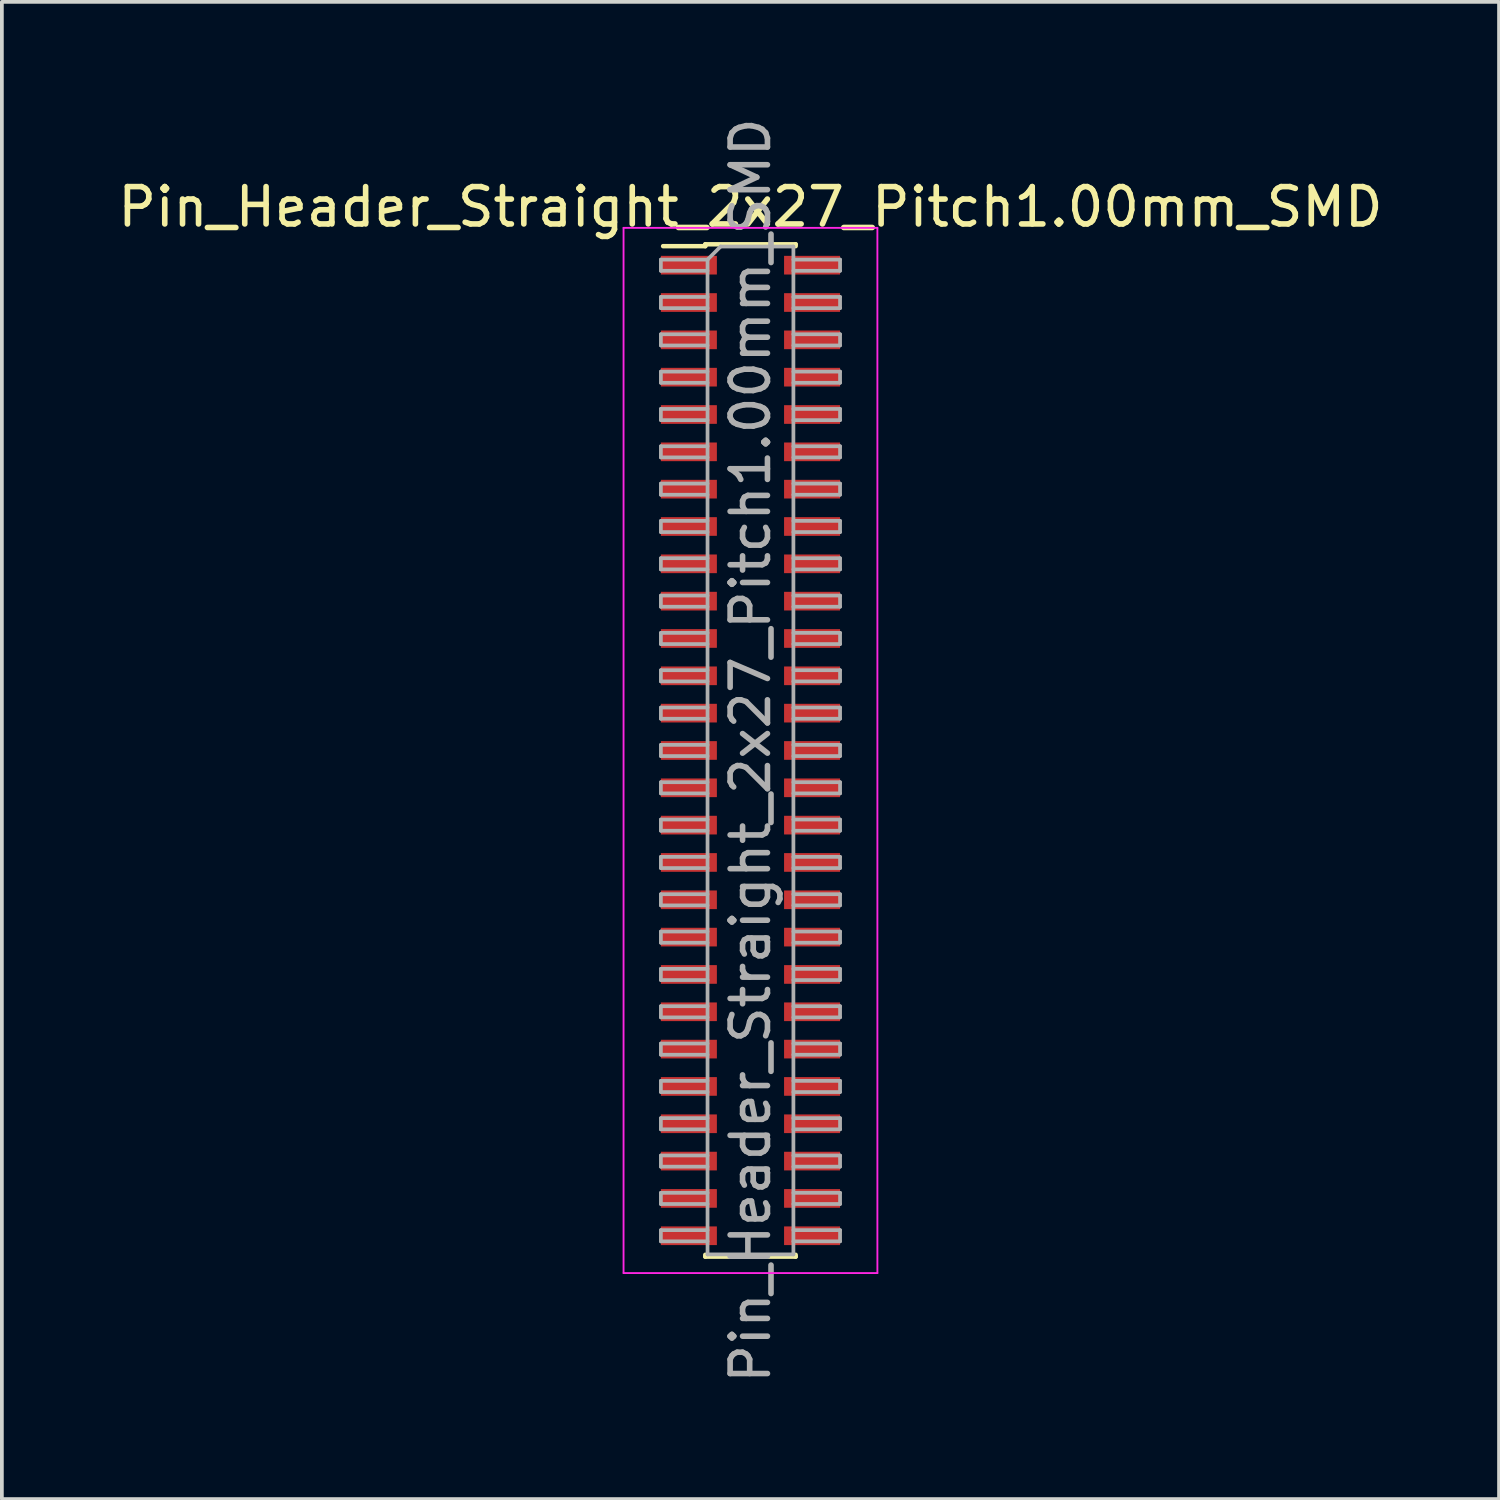
<source format=kicad_pcb>
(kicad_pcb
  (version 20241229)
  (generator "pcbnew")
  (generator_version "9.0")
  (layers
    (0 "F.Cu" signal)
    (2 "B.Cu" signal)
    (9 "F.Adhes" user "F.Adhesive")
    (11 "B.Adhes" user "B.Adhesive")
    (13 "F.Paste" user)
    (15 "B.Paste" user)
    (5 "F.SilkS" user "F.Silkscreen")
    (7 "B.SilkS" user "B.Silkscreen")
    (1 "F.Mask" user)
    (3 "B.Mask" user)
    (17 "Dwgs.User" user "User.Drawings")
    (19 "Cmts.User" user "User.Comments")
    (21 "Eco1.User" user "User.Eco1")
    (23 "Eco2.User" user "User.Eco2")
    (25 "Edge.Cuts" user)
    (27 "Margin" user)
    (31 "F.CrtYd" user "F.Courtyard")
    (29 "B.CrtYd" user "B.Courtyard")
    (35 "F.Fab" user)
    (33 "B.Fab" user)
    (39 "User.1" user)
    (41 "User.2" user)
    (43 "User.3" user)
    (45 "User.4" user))
  (footprint "Pin_Header_Straight_2x27_Pitch1.00mm_SMD"
    (layer "F.Cu")
    (at 17.054 17.054)
    (property "Reference" "Pin_Header_Straight_2x27_Pitch1.00mm_SMD" (at 0 -14.56 0) (layer "F.SilkS") (effects (font (size 1 1) (thickness 0.15))))
    (attr smd)
    (fp_line (start -2.34 -13.51) (end -1.21 -13.51) (stroke (width 0.12) (type solid)) (layer "F.SilkS"))
    (fp_line (start -1.21 -13.56) (end -1.21 -13.51) (stroke (width 0.12) (type solid)) (layer "F.SilkS"))
    (fp_line (start -1.21 -13.56) (end 1.21 -13.56) (stroke (width 0.12) (type solid)) (layer "F.SilkS"))
    (fp_line (start -1.21 13.51) (end -1.21 13.56) (stroke (width 0.12) (type solid)) (layer "F.SilkS"))
    (fp_line (start -1.21 13.56) (end 1.21 13.56) (stroke (width 0.12) (type solid)) (layer "F.SilkS"))
    (fp_line (start 1.21 -13.56) (end 1.21 -13.51) (stroke (width 0.12) (type solid)) (layer "F.SilkS"))
    (fp_line (start 1.21 13.51) (end 1.21 13.56) (stroke (width 0.12) (type solid)) (layer "F.SilkS"))
    (fp_line (start -3.4 -14) (end -3.4 14) (stroke (width 0.05) (type solid)) (layer "F.CrtYd"))
    (fp_line (start -3.4 14) (end 3.4 14) (stroke (width 0.05) (type solid)) (layer "F.CrtYd"))
    (fp_line (start 3.4 -14) (end -3.4 -14) (stroke (width 0.05) (type solid)) (layer "F.CrtYd"))
    (fp_line (start 3.4 14) (end 3.4 -14) (stroke (width 0.05) (type solid)) (layer "F.CrtYd"))
    (fp_line (start -2.4 -13.15) (end -2.4 -12.85) (stroke (width 0.1) (type solid)) (layer "F.Fab"))
    (fp_line (start -2.4 -12.85) (end -1.15 -12.85) (stroke (width 0.1) (type solid)) (layer "F.Fab"))
    (fp_line (start -2.4 -12.15) (end -2.4 -11.85) (stroke (width 0.1) (type solid)) (layer "F.Fab"))
    (fp_line (start -2.4 -11.85) (end -1.15 -11.85) (stroke (width 0.1) (type solid)) (layer "F.Fab"))
    (fp_line (start -2.4 -11.15) (end -2.4 -10.85) (stroke (width 0.1) (type solid)) (layer "F.Fab"))
    (fp_line (start -2.4 -10.85) (end -1.15 -10.85) (stroke (width 0.1) (type solid)) (layer "F.Fab"))
    (fp_line (start -2.4 -10.15) (end -2.4 -9.85) (stroke (width 0.1) (type solid)) (layer "F.Fab"))
    (fp_line (start -2.4 -9.85) (end -1.15 -9.85) (stroke (width 0.1) (type solid)) (layer "F.Fab"))
    (fp_line (start -2.4 -9.15) (end -2.4 -8.85) (stroke (width 0.1) (type solid)) (layer "F.Fab"))
    (fp_line (start -2.4 -8.85) (end -1.15 -8.85) (stroke (width 0.1) (type solid)) (layer "F.Fab"))
    (fp_line (start -2.4 -8.15) (end -2.4 -7.85) (stroke (width 0.1) (type solid)) (layer "F.Fab"))
    (fp_line (start -2.4 -7.85) (end -1.15 -7.85) (stroke (width 0.1) (type solid)) (layer "F.Fab"))
    (fp_line (start -2.4 -7.15) (end -2.4 -6.85) (stroke (width 0.1) (type solid)) (layer "F.Fab"))
    (fp_line (start -2.4 -6.85) (end -1.15 -6.85) (stroke (width 0.1) (type solid)) (layer "F.Fab"))
    (fp_line (start -2.4 -6.15) (end -2.4 -5.85) (stroke (width 0.1) (type solid)) (layer "F.Fab"))
    (fp_line (start -2.4 -5.85) (end -1.15 -5.85) (stroke (width 0.1) (type solid)) (layer "F.Fab"))
    (fp_line (start -2.4 -5.15) (end -2.4 -4.85) (stroke (width 0.1) (type solid)) (layer "F.Fab"))
    (fp_line (start -2.4 -4.85) (end -1.15 -4.85) (stroke (width 0.1) (type solid)) (layer "F.Fab"))
    (fp_line (start -2.4 -4.15) (end -2.4 -3.85) (stroke (width 0.1) (type solid)) (layer "F.Fab"))
    (fp_line (start -2.4 -3.85) (end -1.15 -3.85) (stroke (width 0.1) (type solid)) (layer "F.Fab"))
    (fp_line (start -2.4 -3.15) (end -2.4 -2.85) (stroke (width 0.1) (type solid)) (layer "F.Fab"))
    (fp_line (start -2.4 -2.85) (end -1.15 -2.85) (stroke (width 0.1) (type solid)) (layer "F.Fab"))
    (fp_line (start -2.4 -2.15) (end -2.4 -1.85) (stroke (width 0.1) (type solid)) (layer "F.Fab"))
    (fp_line (start -2.4 -1.85) (end -1.15 -1.85) (stroke (width 0.1) (type solid)) (layer "F.Fab"))
    (fp_line (start -2.4 -1.15) (end -2.4 -0.85) (stroke (width 0.1) (type solid)) (layer "F.Fab"))
    (fp_line (start -2.4 -0.85) (end -1.15 -0.85) (stroke (width 0.1) (type solid)) (layer "F.Fab"))
    (fp_line (start -2.4 -0.15) (end -2.4 0.15) (stroke (width 0.1) (type solid)) (layer "F.Fab"))
    (fp_line (start -2.4 0.15) (end -1.15 0.15) (stroke (width 0.1) (type solid)) (layer "F.Fab"))
    (fp_line (start -2.4 0.85) (end -2.4 1.15) (stroke (width 0.1) (type solid)) (layer "F.Fab"))
    (fp_line (start -2.4 1.15) (end -1.15 1.15) (stroke (width 0.1) (type solid)) (layer "F.Fab"))
    (fp_line (start -2.4 1.85) (end -2.4 2.15) (stroke (width 0.1) (type solid)) (layer "F.Fab"))
    (fp_line (start -2.4 2.15) (end -1.15 2.15) (stroke (width 0.1) (type solid)) (layer "F.Fab"))
    (fp_line (start -2.4 2.85) (end -2.4 3.15) (stroke (width 0.1) (type solid)) (layer "F.Fab"))
    (fp_line (start -2.4 3.15) (end -1.15 3.15) (stroke (width 0.1) (type solid)) (layer "F.Fab"))
    (fp_line (start -2.4 3.85) (end -2.4 4.15) (stroke (width 0.1) (type solid)) (layer "F.Fab"))
    (fp_line (start -2.4 4.15) (end -1.15 4.15) (stroke (width 0.1) (type solid)) (layer "F.Fab"))
    (fp_line (start -2.4 4.85) (end -2.4 5.15) (stroke (width 0.1) (type solid)) (layer "F.Fab"))
    (fp_line (start -2.4 5.15) (end -1.15 5.15) (stroke (width 0.1) (type solid)) (layer "F.Fab"))
    (fp_line (start -2.4 5.85) (end -2.4 6.15) (stroke (width 0.1) (type solid)) (layer "F.Fab"))
    (fp_line (start -2.4 6.15) (end -1.15 6.15) (stroke (width 0.1) (type solid)) (layer "F.Fab"))
    (fp_line (start -2.4 6.85) (end -2.4 7.15) (stroke (width 0.1) (type solid)) (layer "F.Fab"))
    (fp_line (start -2.4 7.15) (end -1.15 7.15) (stroke (width 0.1) (type solid)) (layer "F.Fab"))
    (fp_line (start -2.4 7.85) (end -2.4 8.15) (stroke (width 0.1) (type solid)) (layer "F.Fab"))
    (fp_line (start -2.4 8.15) (end -1.15 8.15) (stroke (width 0.1) (type solid)) (layer "F.Fab"))
    (fp_line (start -2.4 8.85) (end -2.4 9.15) (stroke (width 0.1) (type solid)) (layer "F.Fab"))
    (fp_line (start -2.4 9.15) (end -1.15 9.15) (stroke (width 0.1) (type solid)) (layer "F.Fab"))
    (fp_line (start -2.4 9.85) (end -2.4 10.15) (stroke (width 0.1) (type solid)) (layer "F.Fab"))
    (fp_line (start -2.4 10.15) (end -1.15 10.15) (stroke (width 0.1) (type solid)) (layer "F.Fab"))
    (fp_line (start -2.4 10.85) (end -2.4 11.15) (stroke (width 0.1) (type solid)) (layer "F.Fab"))
    (fp_line (start -2.4 11.15) (end -1.15 11.15) (stroke (width 0.1) (type solid)) (layer "F.Fab"))
    (fp_line (start -2.4 11.85) (end -2.4 12.15) (stroke (width 0.1) (type solid)) (layer "F.Fab"))
    (fp_line (start -2.4 12.15) (end -1.15 12.15) (stroke (width 0.1) (type solid)) (layer "F.Fab"))
    (fp_line (start -2.4 12.85) (end -2.4 13.15) (stroke (width 0.1) (type solid)) (layer "F.Fab"))
    (fp_line (start -2.4 13.15) (end -1.15 13.15) (stroke (width 0.1) (type solid)) (layer "F.Fab"))
    (fp_line (start -1.15 -13.15) (end -2.4 -13.15) (stroke (width 0.1) (type solid)) (layer "F.Fab"))
    (fp_line (start -1.15 -13.15) (end -0.8 -13.5) (stroke (width 0.1) (type solid)) (layer "F.Fab"))
    (fp_line (start -1.15 -12.15) (end -2.4 -12.15) (stroke (width 0.1) (type solid)) (layer "F.Fab"))
    (fp_line (start -1.15 -11.15) (end -2.4 -11.15) (stroke (width 0.1) (type solid)) (layer "F.Fab"))
    (fp_line (start -1.15 -10.15) (end -2.4 -10.15) (stroke (width 0.1) (type solid)) (layer "F.Fab"))
    (fp_line (start -1.15 -9.15) (end -2.4 -9.15) (stroke (width 0.1) (type solid)) (layer "F.Fab"))
    (fp_line (start -1.15 -8.15) (end -2.4 -8.15) (stroke (width 0.1) (type solid)) (layer "F.Fab"))
    (fp_line (start -1.15 -7.15) (end -2.4 -7.15) (stroke (width 0.1) (type solid)) (layer "F.Fab"))
    (fp_line (start -1.15 -6.15) (end -2.4 -6.15) (stroke (width 0.1) (type solid)) (layer "F.Fab"))
    (fp_line (start -1.15 -5.15) (end -2.4 -5.15) (stroke (width 0.1) (type solid)) (layer "F.Fab"))
    (fp_line (start -1.15 -4.15) (end -2.4 -4.15) (stroke (width 0.1) (type solid)) (layer "F.Fab"))
    (fp_line (start -1.15 -3.15) (end -2.4 -3.15) (stroke (width 0.1) (type solid)) (layer "F.Fab"))
    (fp_line (start -1.15 -2.15) (end -2.4 -2.15) (stroke (width 0.1) (type solid)) (layer "F.Fab"))
    (fp_line (start -1.15 -1.15) (end -2.4 -1.15) (stroke (width 0.1) (type solid)) (layer "F.Fab"))
    (fp_line (start -1.15 -0.15) (end -2.4 -0.15) (stroke (width 0.1) (type solid)) (layer "F.Fab"))
    (fp_line (start -1.15 0.85) (end -2.4 0.85) (stroke (width 0.1) (type solid)) (layer "F.Fab"))
    (fp_line (start -1.15 1.85) (end -2.4 1.85) (stroke (width 0.1) (type solid)) (layer "F.Fab"))
    (fp_line (start -1.15 2.85) (end -2.4 2.85) (stroke (width 0.1) (type solid)) (layer "F.Fab"))
    (fp_line (start -1.15 3.85) (end -2.4 3.85) (stroke (width 0.1) (type solid)) (layer "F.Fab"))
    (fp_line (start -1.15 4.85) (end -2.4 4.85) (stroke (width 0.1) (type solid)) (layer "F.Fab"))
    (fp_line (start -1.15 5.85) (end -2.4 5.85) (stroke (width 0.1) (type solid)) (layer "F.Fab"))
    (fp_line (start -1.15 6.85) (end -2.4 6.85) (stroke (width 0.1) (type solid)) (layer "F.Fab"))
    (fp_line (start -1.15 7.85) (end -2.4 7.85) (stroke (width 0.1) (type solid)) (layer "F.Fab"))
    (fp_line (start -1.15 8.85) (end -2.4 8.85) (stroke (width 0.1) (type solid)) (layer "F.Fab"))
    (fp_line (start -1.15 9.85) (end -2.4 9.85) (stroke (width 0.1) (type solid)) (layer "F.Fab"))
    (fp_line (start -1.15 10.85) (end -2.4 10.85) (stroke (width 0.1) (type solid)) (layer "F.Fab"))
    (fp_line (start -1.15 11.85) (end -2.4 11.85) (stroke (width 0.1) (type solid)) (layer "F.Fab"))
    (fp_line (start -1.15 12.85) (end -2.4 12.85) (stroke (width 0.1) (type solid)) (layer "F.Fab"))
    (fp_line (start -1.15 13.5) (end -1.15 -13.15) (stroke (width 0.1) (type solid)) (layer "F.Fab"))
    (fp_line (start -0.8 -13.5) (end 1.15 -13.5) (stroke (width 0.1) (type solid)) (layer "F.Fab"))
    (fp_line (start 1.15 -13.5) (end 1.15 13.5) (stroke (width 0.1) (type solid)) (layer "F.Fab"))
    (fp_line (start 1.15 -13.15) (end 2.4 -13.15) (stroke (width 0.1) (type solid)) (layer "F.Fab"))
    (fp_line (start 1.15 -12.15) (end 2.4 -12.15) (stroke (width 0.1) (type solid)) (layer "F.Fab"))
    (fp_line (start 1.15 -11.15) (end 2.4 -11.15) (stroke (width 0.1) (type solid)) (layer "F.Fab"))
    (fp_line (start 1.15 -10.15) (end 2.4 -10.15) (stroke (width 0.1) (type solid)) (layer "F.Fab"))
    (fp_line (start 1.15 -9.15) (end 2.4 -9.15) (stroke (width 0.1) (type solid)) (layer "F.Fab"))
    (fp_line (start 1.15 -8.15) (end 2.4 -8.15) (stroke (width 0.1) (type solid)) (layer "F.Fab"))
    (fp_line (start 1.15 -7.15) (end 2.4 -7.15) (stroke (width 0.1) (type solid)) (layer "F.Fab"))
    (fp_line (start 1.15 -6.15) (end 2.4 -6.15) (stroke (width 0.1) (type solid)) (layer "F.Fab"))
    (fp_line (start 1.15 -5.15) (end 2.4 -5.15) (stroke (width 0.1) (type solid)) (layer "F.Fab"))
    (fp_line (start 1.15 -4.15) (end 2.4 -4.15) (stroke (width 0.1) (type solid)) (layer "F.Fab"))
    (fp_line (start 1.15 -3.15) (end 2.4 -3.15) (stroke (width 0.1) (type solid)) (layer "F.Fab"))
    (fp_line (start 1.15 -2.15) (end 2.4 -2.15) (stroke (width 0.1) (type solid)) (layer "F.Fab"))
    (fp_line (start 1.15 -1.15) (end 2.4 -1.15) (stroke (width 0.1) (type solid)) (layer "F.Fab"))
    (fp_line (start 1.15 -0.15) (end 2.4 -0.15) (stroke (width 0.1) (type solid)) (layer "F.Fab"))
    (fp_line (start 1.15 0.85) (end 2.4 0.85) (stroke (width 0.1) (type solid)) (layer "F.Fab"))
    (fp_line (start 1.15 1.85) (end 2.4 1.85) (stroke (width 0.1) (type solid)) (layer "F.Fab"))
    (fp_line (start 1.15 2.85) (end 2.4 2.85) (stroke (width 0.1) (type solid)) (layer "F.Fab"))
    (fp_line (start 1.15 3.85) (end 2.4 3.85) (stroke (width 0.1) (type solid)) (layer "F.Fab"))
    (fp_line (start 1.15 4.85) (end 2.4 4.85) (stroke (width 0.1) (type solid)) (layer "F.Fab"))
    (fp_line (start 1.15 5.85) (end 2.4 5.85) (stroke (width 0.1) (type solid)) (layer "F.Fab"))
    (fp_line (start 1.15 6.85) (end 2.4 6.85) (stroke (width 0.1) (type solid)) (layer "F.Fab"))
    (fp_line (start 1.15 7.85) (end 2.4 7.85) (stroke (width 0.1) (type solid)) (layer "F.Fab"))
    (fp_line (start 1.15 8.85) (end 2.4 8.85) (stroke (width 0.1) (type solid)) (layer "F.Fab"))
    (fp_line (start 1.15 9.85) (end 2.4 9.85) (stroke (width 0.1) (type solid)) (layer "F.Fab"))
    (fp_line (start 1.15 10.85) (end 2.4 10.85) (stroke (width 0.1) (type solid)) (layer "F.Fab"))
    (fp_line (start 1.15 11.85) (end 2.4 11.85) (stroke (width 0.1) (type solid)) (layer "F.Fab"))
    (fp_line (start 1.15 12.85) (end 2.4 12.85) (stroke (width 0.1) (type solid)) (layer "F.Fab"))
    (fp_line (start 1.15 13.5) (end -1.15 13.5) (stroke (width 0.1) (type solid)) (layer "F.Fab"))
    (fp_line (start 2.4 -13.15) (end 2.4 -12.85) (stroke (width 0.1) (type solid)) (layer "F.Fab"))
    (fp_line (start 2.4 -12.85) (end 1.15 -12.85) (stroke (width 0.1) (type solid)) (layer "F.Fab"))
    (fp_line (start 2.4 -12.15) (end 2.4 -11.85) (stroke (width 0.1) (type solid)) (layer "F.Fab"))
    (fp_line (start 2.4 -11.85) (end 1.15 -11.85) (stroke (width 0.1) (type solid)) (layer "F.Fab"))
    (fp_line (start 2.4 -11.15) (end 2.4 -10.85) (stroke (width 0.1) (type solid)) (layer "F.Fab"))
    (fp_line (start 2.4 -10.85) (end 1.15 -10.85) (stroke (width 0.1) (type solid)) (layer "F.Fab"))
    (fp_line (start 2.4 -10.15) (end 2.4 -9.85) (stroke (width 0.1) (type solid)) (layer "F.Fab"))
    (fp_line (start 2.4 -9.85) (end 1.15 -9.85) (stroke (width 0.1) (type solid)) (layer "F.Fab"))
    (fp_line (start 2.4 -9.15) (end 2.4 -8.85) (stroke (width 0.1) (type solid)) (layer "F.Fab"))
    (fp_line (start 2.4 -8.85) (end 1.15 -8.85) (stroke (width 0.1) (type solid)) (layer "F.Fab"))
    (fp_line (start 2.4 -8.15) (end 2.4 -7.85) (stroke (width 0.1) (type solid)) (layer "F.Fab"))
    (fp_line (start 2.4 -7.85) (end 1.15 -7.85) (stroke (width 0.1) (type solid)) (layer "F.Fab"))
    (fp_line (start 2.4 -7.15) (end 2.4 -6.85) (stroke (width 0.1) (type solid)) (layer "F.Fab"))
    (fp_line (start 2.4 -6.85) (end 1.15 -6.85) (stroke (width 0.1) (type solid)) (layer "F.Fab"))
    (fp_line (start 2.4 -6.15) (end 2.4 -5.85) (stroke (width 0.1) (type solid)) (layer "F.Fab"))
    (fp_line (start 2.4 -5.85) (end 1.15 -5.85) (stroke (width 0.1) (type solid)) (layer "F.Fab"))
    (fp_line (start 2.4 -5.15) (end 2.4 -4.85) (stroke (width 0.1) (type solid)) (layer "F.Fab"))
    (fp_line (start 2.4 -4.85) (end 1.15 -4.85) (stroke (width 0.1) (type solid)) (layer "F.Fab"))
    (fp_line (start 2.4 -4.15) (end 2.4 -3.85) (stroke (width 0.1) (type solid)) (layer "F.Fab"))
    (fp_line (start 2.4 -3.85) (end 1.15 -3.85) (stroke (width 0.1) (type solid)) (layer "F.Fab"))
    (fp_line (start 2.4 -3.15) (end 2.4 -2.85) (stroke (width 0.1) (type solid)) (layer "F.Fab"))
    (fp_line (start 2.4 -2.85) (end 1.15 -2.85) (stroke (width 0.1) (type solid)) (layer "F.Fab"))
    (fp_line (start 2.4 -2.15) (end 2.4 -1.85) (stroke (width 0.1) (type solid)) (layer "F.Fab"))
    (fp_line (start 2.4 -1.85) (end 1.15 -1.85) (stroke (width 0.1) (type solid)) (layer "F.Fab"))
    (fp_line (start 2.4 -1.15) (end 2.4 -0.85) (stroke (width 0.1) (type solid)) (layer "F.Fab"))
    (fp_line (start 2.4 -0.85) (end 1.15 -0.85) (stroke (width 0.1) (type solid)) (layer "F.Fab"))
    (fp_line (start 2.4 -0.15) (end 2.4 0.15) (stroke (width 0.1) (type solid)) (layer "F.Fab"))
    (fp_line (start 2.4 0.15) (end 1.15 0.15) (stroke (width 0.1) (type solid)) (layer "F.Fab"))
    (fp_line (start 2.4 0.85) (end 2.4 1.15) (stroke (width 0.1) (type solid)) (layer "F.Fab"))
    (fp_line (start 2.4 1.15) (end 1.15 1.15) (stroke (width 0.1) (type solid)) (layer "F.Fab"))
    (fp_line (start 2.4 1.85) (end 2.4 2.15) (stroke (width 0.1) (type solid)) (layer "F.Fab"))
    (fp_line (start 2.4 2.15) (end 1.15 2.15) (stroke (width 0.1) (type solid)) (layer "F.Fab"))
    (fp_line (start 2.4 2.85) (end 2.4 3.15) (stroke (width 0.1) (type solid)) (layer "F.Fab"))
    (fp_line (start 2.4 3.15) (end 1.15 3.15) (stroke (width 0.1) (type solid)) (layer "F.Fab"))
    (fp_line (start 2.4 3.85) (end 2.4 4.15) (stroke (width 0.1) (type solid)) (layer "F.Fab"))
    (fp_line (start 2.4 4.15) (end 1.15 4.15) (stroke (width 0.1) (type solid)) (layer "F.Fab"))
    (fp_line (start 2.4 4.85) (end 2.4 5.15) (stroke (width 0.1) (type solid)) (layer "F.Fab"))
    (fp_line (start 2.4 5.15) (end 1.15 5.15) (stroke (width 0.1) (type solid)) (layer "F.Fab"))
    (fp_line (start 2.4 5.85) (end 2.4 6.15) (stroke (width 0.1) (type solid)) (layer "F.Fab"))
    (fp_line (start 2.4 6.15) (end 1.15 6.15) (stroke (width 0.1) (type solid)) (layer "F.Fab"))
    (fp_line (start 2.4 6.85) (end 2.4 7.15) (stroke (width 0.1) (type solid)) (layer "F.Fab"))
    (fp_line (start 2.4 7.15) (end 1.15 7.15) (stroke (width 0.1) (type solid)) (layer "F.Fab"))
    (fp_line (start 2.4 7.85) (end 2.4 8.15) (stroke (width 0.1) (type solid)) (layer "F.Fab"))
    (fp_line (start 2.4 8.15) (end 1.15 8.15) (stroke (width 0.1) (type solid)) (layer "F.Fab"))
    (fp_line (start 2.4 8.85) (end 2.4 9.15) (stroke (width 0.1) (type solid)) (layer "F.Fab"))
    (fp_line (start 2.4 9.15) (end 1.15 9.15) (stroke (width 0.1) (type solid)) (layer "F.Fab"))
    (fp_line (start 2.4 9.85) (end 2.4 10.15) (stroke (width 0.1) (type solid)) (layer "F.Fab"))
    (fp_line (start 2.4 10.15) (end 1.15 10.15) (stroke (width 0.1) (type solid)) (layer "F.Fab"))
    (fp_line (start 2.4 10.85) (end 2.4 11.15) (stroke (width 0.1) (type solid)) (layer "F.Fab"))
    (fp_line (start 2.4 11.15) (end 1.15 11.15) (stroke (width 0.1) (type solid)) (layer "F.Fab"))
    (fp_line (start 2.4 11.85) (end 2.4 12.15) (stroke (width 0.1) (type solid)) (layer "F.Fab"))
    (fp_line (start 2.4 12.15) (end 1.15 12.15) (stroke (width 0.1) (type solid)) (layer "F.Fab"))
    (fp_line (start 2.4 12.85) (end 2.4 13.15) (stroke (width 0.1) (type solid)) (layer "F.Fab"))
    (fp_line (start 2.4 13.15) (end 1.15 13.15) (stroke (width 0.1) (type solid)) (layer "F.Fab"))
    (fp_text user "${REFERENCE}" (at 0 0 90) (layer "F.Fab") (effects (font (size 1 1) (thickness 0.15))))
    (pad "1" smd rect (at -1.65 -13) (size 1.5 0.5) (layers "F.Cu" "F.Mask" "F.Paste"))
    (pad "2" smd rect (at 1.65 -13) (size 1.5 0.5) (layers "F.Cu" "F.Mask" "F.Paste"))
    (pad "3" smd rect (at -1.65 -12) (size 1.5 0.5) (layers "F.Cu" "F.Mask" "F.Paste"))
    (pad "4" smd rect (at 1.65 -12) (size 1.5 0.5) (layers "F.Cu" "F.Mask" "F.Paste"))
    (pad "5" smd rect (at -1.65 -11) (size 1.5 0.5) (layers "F.Cu" "F.Mask" "F.Paste"))
    (pad "6" smd rect (at 1.65 -11) (size 1.5 0.5) (layers "F.Cu" "F.Mask" "F.Paste"))
    (pad "7" smd rect (at -1.65 -10) (size 1.5 0.5) (layers "F.Cu" "F.Mask" "F.Paste"))
    (pad "8" smd rect (at 1.65 -10) (size 1.5 0.5) (layers "F.Cu" "F.Mask" "F.Paste"))
    (pad "9" smd rect (at -1.65 -9) (size 1.5 0.5) (layers "F.Cu" "F.Mask" "F.Paste"))
    (pad "10" smd rect (at 1.65 -9) (size 1.5 0.5) (layers "F.Cu" "F.Mask" "F.Paste"))
    (pad "11" smd rect (at -1.65 -8) (size 1.5 0.5) (layers "F.Cu" "F.Mask" "F.Paste"))
    (pad "12" smd rect (at 1.65 -8) (size 1.5 0.5) (layers "F.Cu" "F.Mask" "F.Paste"))
    (pad "13" smd rect (at -1.65 -7) (size 1.5 0.5) (layers "F.Cu" "F.Mask" "F.Paste"))
    (pad "14" smd rect (at 1.65 -7) (size 1.5 0.5) (layers "F.Cu" "F.Mask" "F.Paste"))
    (pad "15" smd rect (at -1.65 -6) (size 1.5 0.5) (layers "F.Cu" "F.Mask" "F.Paste"))
    (pad "16" smd rect (at 1.65 -6) (size 1.5 0.5) (layers "F.Cu" "F.Mask" "F.Paste"))
    (pad "17" smd rect (at -1.65 -5) (size 1.5 0.5) (layers "F.Cu" "F.Mask" "F.Paste"))
    (pad "18" smd rect (at 1.65 -5) (size 1.5 0.5) (layers "F.Cu" "F.Mask" "F.Paste"))
    (pad "19" smd rect (at -1.65 -4) (size 1.5 0.5) (layers "F.Cu" "F.Mask" "F.Paste"))
    (pad "20" smd rect (at 1.65 -4) (size 1.5 0.5) (layers "F.Cu" "F.Mask" "F.Paste"))
    (pad "21" smd rect (at -1.65 -3) (size 1.5 0.5) (layers "F.Cu" "F.Mask" "F.Paste"))
    (pad "22" smd rect (at 1.65 -3) (size 1.5 0.5) (layers "F.Cu" "F.Mask" "F.Paste"))
    (pad "23" smd rect (at -1.65 -2) (size 1.5 0.5) (layers "F.Cu" "F.Mask" "F.Paste"))
    (pad "24" smd rect (at 1.65 -2) (size 1.5 0.5) (layers "F.Cu" "F.Mask" "F.Paste"))
    (pad "25" smd rect (at -1.65 -1) (size 1.5 0.5) (layers "F.Cu" "F.Mask" "F.Paste"))
    (pad "26" smd rect (at 1.65 -1) (size 1.5 0.5) (layers "F.Cu" "F.Mask" "F.Paste"))
    (pad "27" smd rect (at -1.65 0) (size 1.5 0.5) (layers "F.Cu" "F.Mask" "F.Paste"))
    (pad "28" smd rect (at 1.65 0) (size 1.5 0.5) (layers "F.Cu" "F.Mask" "F.Paste"))
    (pad "29" smd rect (at -1.65 1) (size 1.5 0.5) (layers "F.Cu" "F.Mask" "F.Paste"))
    (pad "30" smd rect (at 1.65 1) (size 1.5 0.5) (layers "F.Cu" "F.Mask" "F.Paste"))
    (pad "31" smd rect (at -1.65 2) (size 1.5 0.5) (layers "F.Cu" "F.Mask" "F.Paste"))
    (pad "32" smd rect (at 1.65 2) (size 1.5 0.5) (layers "F.Cu" "F.Mask" "F.Paste"))
    (pad "33" smd rect (at -1.65 3) (size 1.5 0.5) (layers "F.Cu" "F.Mask" "F.Paste"))
    (pad "34" smd rect (at 1.65 3) (size 1.5 0.5) (layers "F.Cu" "F.Mask" "F.Paste"))
    (pad "35" smd rect (at -1.65 4) (size 1.5 0.5) (layers "F.Cu" "F.Mask" "F.Paste"))
    (pad "36" smd rect (at 1.65 4) (size 1.5 0.5) (layers "F.Cu" "F.Mask" "F.Paste"))
    (pad "37" smd rect (at -1.65 5) (size 1.5 0.5) (layers "F.Cu" "F.Mask" "F.Paste"))
    (pad "38" smd rect (at 1.65 5) (size 1.5 0.5) (layers "F.Cu" "F.Mask" "F.Paste"))
    (pad "39" smd rect (at -1.65 6) (size 1.5 0.5) (layers "F.Cu" "F.Mask" "F.Paste"))
    (pad "40" smd rect (at 1.65 6) (size 1.5 0.5) (layers "F.Cu" "F.Mask" "F.Paste"))
    (pad "41" smd rect (at -1.65 7) (size 1.5 0.5) (layers "F.Cu" "F.Mask" "F.Paste"))
    (pad "42" smd rect (at 1.65 7) (size 1.5 0.5) (layers "F.Cu" "F.Mask" "F.Paste"))
    (pad "43" smd rect (at -1.65 8) (size 1.5 0.5) (layers "F.Cu" "F.Mask" "F.Paste"))
    (pad "44" smd rect (at 1.65 8) (size 1.5 0.5) (layers "F.Cu" "F.Mask" "F.Paste"))
    (pad "45" smd rect (at -1.65 9) (size 1.5 0.5) (layers "F.Cu" "F.Mask" "F.Paste"))
    (pad "46" smd rect (at 1.65 9) (size 1.5 0.5) (layers "F.Cu" "F.Mask" "F.Paste"))
    (pad "47" smd rect (at -1.65 10) (size 1.5 0.5) (layers "F.Cu" "F.Mask" "F.Paste"))
    (pad "48" smd rect (at 1.65 10) (size 1.5 0.5) (layers "F.Cu" "F.Mask" "F.Paste"))
    (pad "49" smd rect (at -1.65 11) (size 1.5 0.5) (layers "F.Cu" "F.Mask" "F.Paste"))
    (pad "50" smd rect (at 1.65 11) (size 1.5 0.5) (layers "F.Cu" "F.Mask" "F.Paste"))
    (pad "51" smd rect (at -1.65 12) (size 1.5 0.5) (layers "F.Cu" "F.Mask" "F.Paste"))
    (pad "52" smd rect (at 1.65 12) (size 1.5 0.5) (layers "F.Cu" "F.Mask" "F.Paste"))
    (pad "53" smd rect (at -1.65 13) (size 1.5 0.5) (layers "F.Cu" "F.Mask" "F.Paste"))
    (pad "54" smd rect (at 1.65 13) (size 1.5 0.5) (layers "F.Cu" "F.Mask" "F.Paste")))
  (gr_rect
    (start -3 -3)
    (end 37.107 37.107)
    (stroke (width 0.1) (type default))
    (fill no)
    (layer "Edge.Cuts")))
</source>
